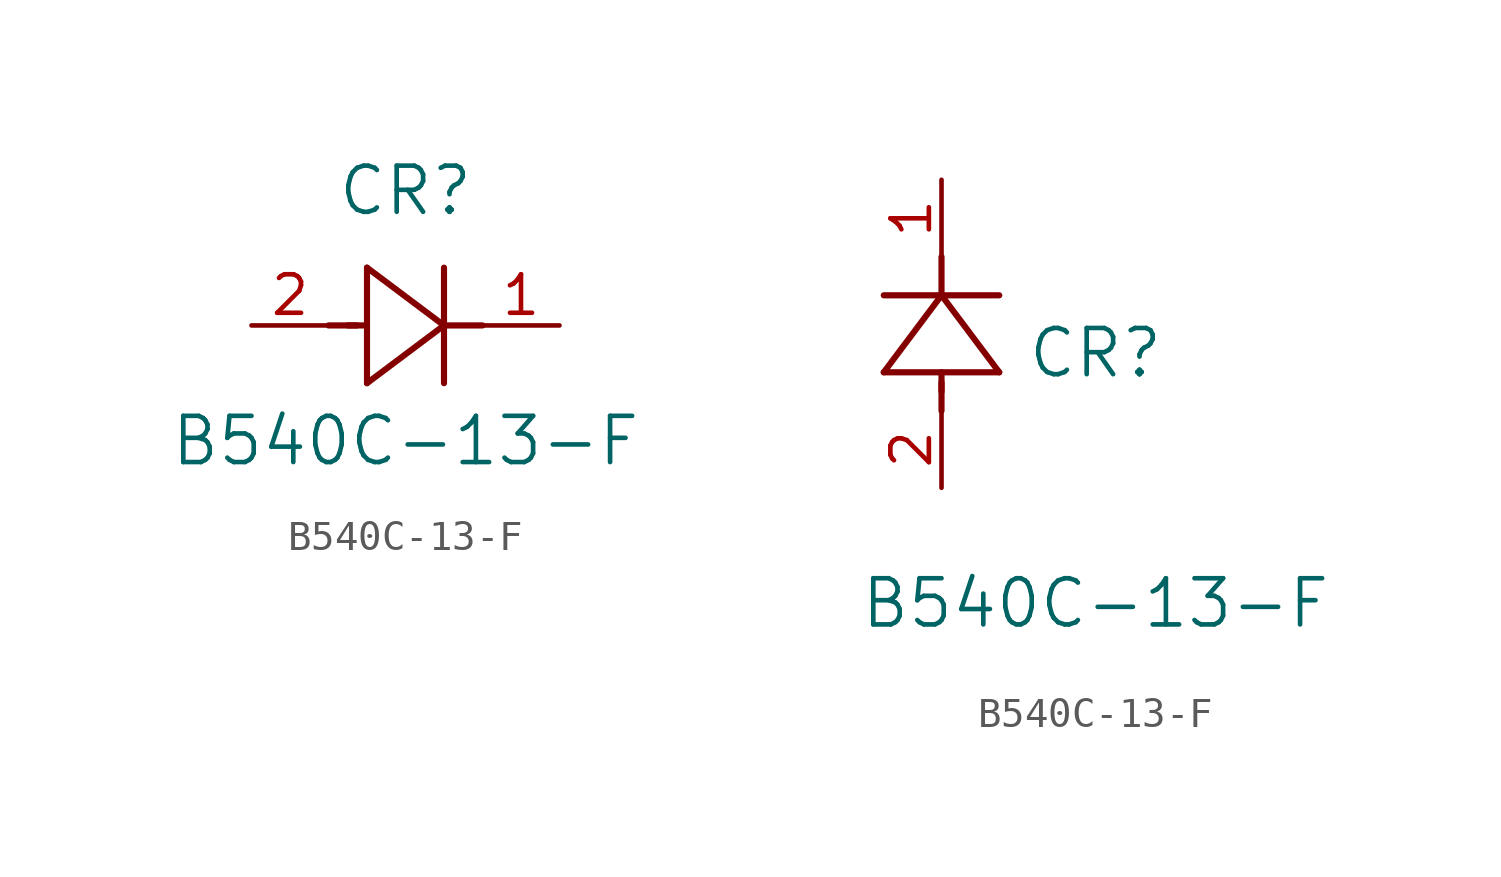
<source format=kicad_sym>
(kicad_symbol_lib
  (version 20220914)
  (generator kicad_symbol_editor)
  (symbol "B540C-13-F"
    (pin_names
      (offset 0.254))
    (property "Reference" "CR"
      (at 5.08 4.445 0)
      (effects (font (size 1.524 1.524))))
    (property "Value" "B540C-13-F"
      (at 5.08 -3.81 0)
      (effects (font (size 1.524 1.524))))
    (property "ki_locked" ""
      (at 0 0 0)
      (effects (font (size 1.27 1.27))))
    (symbol "B540C-13-F_1_1"
      (polyline (pts (xy 2.54 0) (xy 3.48 0)) (stroke (width 0.203) (type default)) (fill (type none)))
      (polyline (pts (xy 3.175 0) (xy 3.81 0)) (stroke (width 0.203) (type default)) (fill (type none)))
      (polyline (pts (xy 3.81 -1.905) (xy 6.35 0)) (stroke (width 0.203) (type default)) (fill (type none)))
      (polyline (pts (xy 3.81 1.905) (xy 3.81 -1.905)) (stroke (width 0.203) (type default)) (fill (type none)))
      (polyline (pts (xy 6.35 -1.905) (xy 6.35 1.905)) (stroke (width 0.203) (type default)) (fill (type none)))
      (polyline (pts (xy 6.35 0) (xy 3.81 1.905)) (stroke (width 0.203) (type default)) (fill (type none)))
      (polyline (pts (xy 6.35 0) (xy 7.62 0)) (stroke (width 0.203) (type default)) (fill (type none)))
      (pin unspecified line (at 10.16 0 180) (length 2.54) (name "" (effects (font (size 1.27 1.27)))) (number "1" (effects (font (size 1.27 1.27)))))
      (pin unspecified line (at 0 0 0) (length 2.54) (name "" (effects (font (size 1.27 1.27)))) (number "2" (effects (font (size 1.27 1.27))))))
    (symbol "B540C-13-F_1_2"
      (polyline (pts (xy -1.905 3.81) (xy 1.905 3.81)) (stroke (width 0.203) (type default)) (fill (type none)))
      (polyline (pts (xy 0 2.54) (xy 0 3.48)) (stroke (width 0.203) (type default)) (fill (type none)))
      (polyline (pts (xy 0 3.175) (xy 0 3.81)) (stroke (width 0.203) (type default)) (fill (type none)))
      (polyline (pts (xy 0 6.35) (xy -1.905 3.81)) (stroke (width 0.203) (type default)) (fill (type none)))
      (polyline (pts (xy 0 6.35) (xy 0 7.62)) (stroke (width 0.203) (type default)) (fill (type none)))
      (polyline (pts (xy 1.905 3.81) (xy 0 6.35)) (stroke (width 0.203) (type default)) (fill (type none)))
      (polyline (pts (xy 1.905 6.35) (xy -1.905 6.35)) (stroke (width 0.203) (type default)) (fill (type none)))
      (pin unspecified line (at 0 10.16 270) (length 2.54) (name "" (effects (font (size 1.27 1.27)))) (number "1" (effects (font (size 1.27 1.27)))))
      (pin unspecified line (at 0 0 90) (length 2.54) (name "" (effects (font (size 1.27 1.27)))) (number "2" (effects (font (size 1.27 1.27))))))))
</source>
